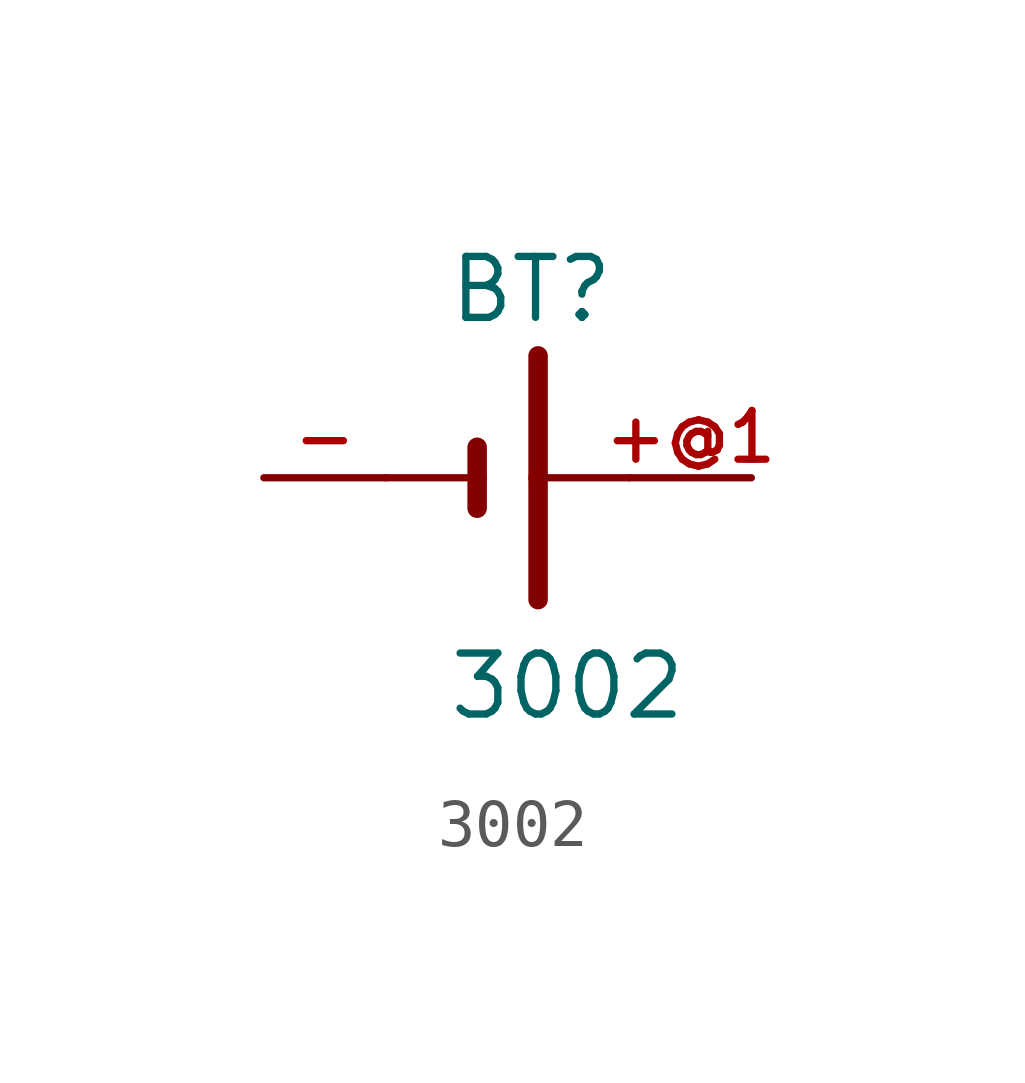
<source format=kicad_sym>
(kicad_symbol_lib
  (version 20211014)
  (generator kicad_symbol_editor)
  (symbol "3002"
    (pin_names
      (offset 1.016))
    (property "Reference" "BT"
      (at -1.272 3.18 0)
      (effects (font (size 1.27 1.27)) (justify bottom left)))
    (property "Value" "3002"
      (at -1.272 -5.087 0)
      (effects (font (size 1.27 1.27)) (justify bottom left)))
    (symbol "3002_0_0"
      (polyline (pts (xy -0.635 0.635) (xy -0.635 0.0)) (stroke (width 0.406)))
      (polyline (pts (xy -2.54 0.0) (xy -0.635 0.0)) (stroke (width 0.152)))
      (polyline (pts (xy -0.635 0.0) (xy -0.635 -0.635)) (stroke (width 0.406)))
      (polyline (pts (xy 0.635 2.54) (xy 0.635 0.0)) (stroke (width 0.406)))
      (polyline (pts (xy 0.635 0.0) (xy 2.54 0.0)) (stroke (width 0.152)))
      (polyline (pts (xy 0.635 0.0) (xy 0.635 -2.54)) (stroke (width 0.406)))
      (pin passive line (at -5.08 0.0 0) (length 2.54) (name "~" (effects (font (size 1.016 1.016)))) (number "-" (effects (font (size 1.016 1.016)))))
      (pin passive line (at 5.08 0.0 180.0) (length 2.54) (name "~" (effects (font (size 1.016 1.016)))) (number "+@1" (effects (font (size 1.016 1.016))))))))
</source>
